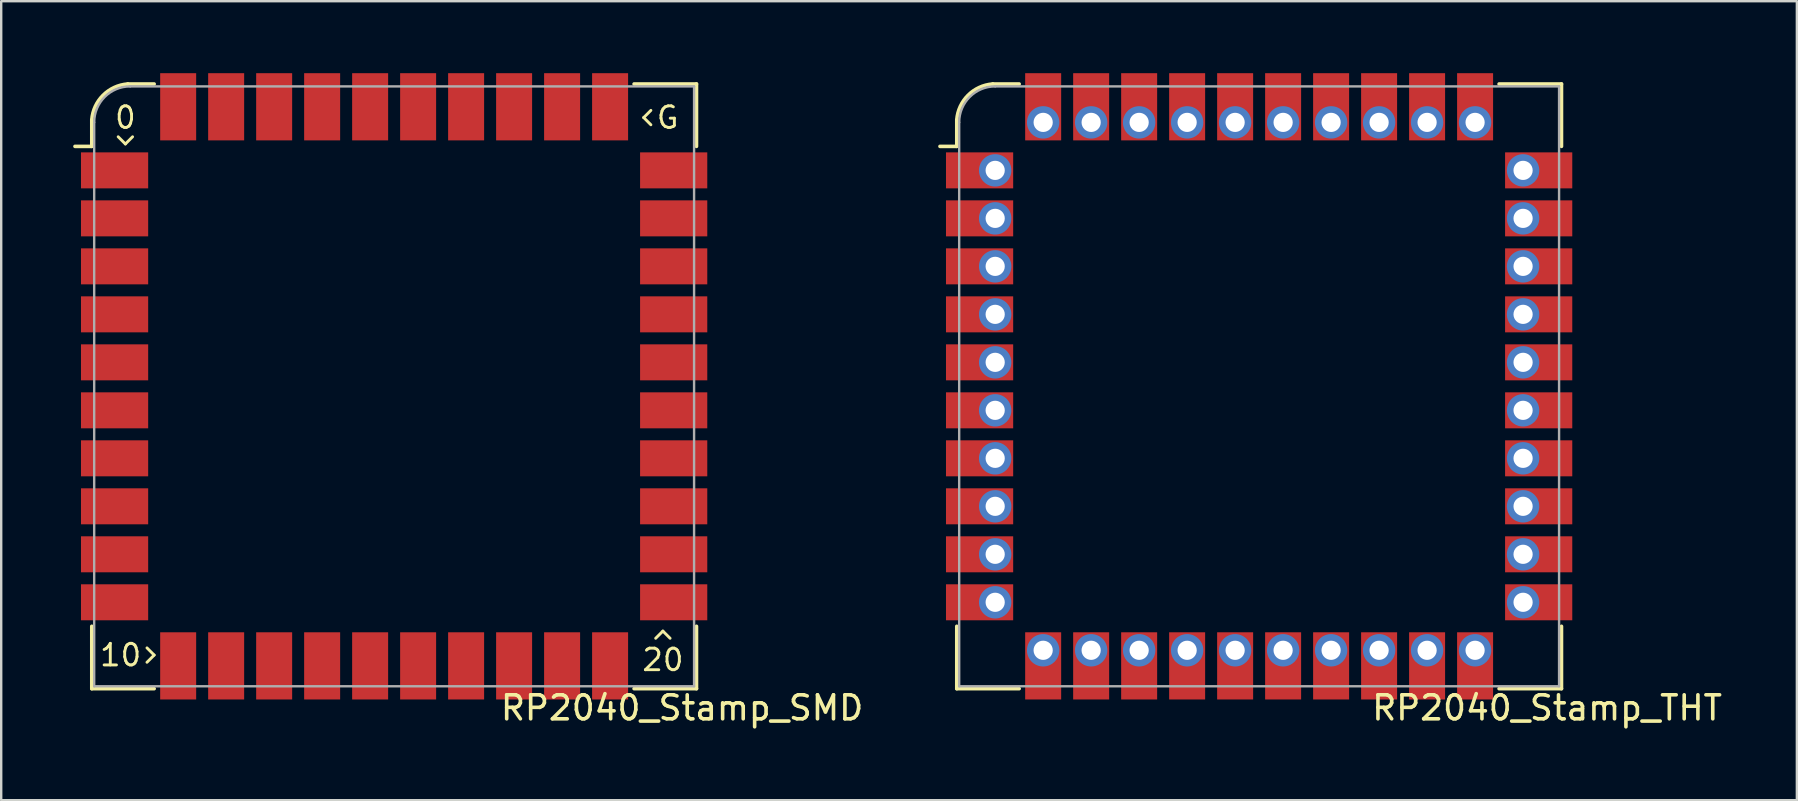
<source format=kicad_pcb>
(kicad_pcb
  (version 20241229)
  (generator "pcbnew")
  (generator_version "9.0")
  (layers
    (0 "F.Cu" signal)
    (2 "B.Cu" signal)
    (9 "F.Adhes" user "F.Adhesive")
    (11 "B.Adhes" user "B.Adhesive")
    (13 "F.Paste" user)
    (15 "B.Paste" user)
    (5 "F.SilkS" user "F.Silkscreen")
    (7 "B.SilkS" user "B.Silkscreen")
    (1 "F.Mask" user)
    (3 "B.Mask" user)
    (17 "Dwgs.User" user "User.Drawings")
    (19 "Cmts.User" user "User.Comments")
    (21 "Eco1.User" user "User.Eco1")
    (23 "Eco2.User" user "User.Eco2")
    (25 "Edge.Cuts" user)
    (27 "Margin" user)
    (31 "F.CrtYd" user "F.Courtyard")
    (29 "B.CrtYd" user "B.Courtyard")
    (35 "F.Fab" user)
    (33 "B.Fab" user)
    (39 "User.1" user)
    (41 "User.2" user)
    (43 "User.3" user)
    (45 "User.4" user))
  (footprint "RP2040_Stamp_SMD"
    (layer "F.Cu")
    (at 13.375 13.05)
    (property "Reference" "RP2040_Stamp_SMD" (at 12 13.4 0) (unlocked yes) (layer "F.SilkS") (effects (font (size 1 1) (thickness 0.15))))
    (attr through_hole)
    (fp_line (start -12.6 -10) (end -13.3 -10) (stroke (width 0.15) (type solid)) (layer "F.SilkS"))
    (fp_line (start -12.6 -10) (end -12.6 -11.1) (stroke (width 0.15) (type solid)) (layer "F.SilkS"))
    (fp_line (start -12.6 12.6) (end -12.6 10) (stroke (width 0.15) (type solid)) (layer "F.SilkS"))
    (fp_line (start -11.2 -10.1) (end -11.5 -10.4) (stroke (width 0.12) (type solid)) (layer "F.SilkS"))
    (fp_line (start -11.2 -10.1) (end -10.9 -10.4) (stroke (width 0.12) (type solid)) (layer "F.SilkS"))
    (fp_line (start -11.1 -12.6) (end -10 -12.6) (stroke (width 0.15) (type solid)) (layer "F.SilkS"))
    (fp_line (start -10.3 10.9) (end -10 11.2) (stroke (width 0.12) (type solid)) (layer "F.SilkS"))
    (fp_line (start -10.3 11.5) (end -10 11.2) (stroke (width 0.12) (type solid)) (layer "F.SilkS"))
    (fp_line (start -10 12.6) (end -12.6 12.6) (stroke (width 0.15) (type solid)) (layer "F.SilkS"))
    (fp_line (start 10 -12.6) (end 12.6 -12.6) (stroke (width 0.15) (type solid)) (layer "F.SilkS"))
    (fp_line (start 10.4 -11.2) (end 10.7 -11.5) (stroke (width 0.12) (type solid)) (layer "F.SilkS"))
    (fp_line (start 10.4 -11.2) (end 10.7 -10.9) (stroke (width 0.12) (type solid)) (layer "F.SilkS"))
    (fp_line (start 10.9 10.5) (end 11.2 10.2) (stroke (width 0.12) (type solid)) (layer "F.SilkS"))
    (fp_line (start 11.5 10.5) (end 11.2 10.2) (stroke (width 0.12) (type solid)) (layer "F.SilkS"))
    (fp_line (start 12.6 -12.6) (end 12.6 -10) (stroke (width 0.15) (type solid)) (layer "F.SilkS"))
    (fp_line (start 12.6 10) (end 12.6 12.6) (stroke (width 0.15) (type solid)) (layer "F.SilkS"))
    (fp_line (start 12.6 12.6) (end 10 12.6) (stroke (width 0.15) (type solid)) (layer "F.SilkS"))
    (fp_arc (start -12.6 -11.1) (mid -12.129432 -12.129432) (end -11.1 -12.6) (stroke (width 0.15) (type solid)) (layer "F.SilkS"))
    (fp_line (start -12.5 12.5) (end -12.5 -11) (stroke (width 0.1) (type solid)) (layer "F.Fab"))
    (fp_line (start -11 -12.5) (end 12.5 -12.5) (stroke (width 0.1) (type solid)) (layer "F.Fab"))
    (fp_line (start 12.5 -12.5) (end 12.5 12.5) (stroke (width 0.1) (type solid)) (layer "F.Fab"))
    (fp_line (start 12.5 12.5) (end -12.5 12.5) (stroke (width 0.1) (type solid)) (layer "F.Fab"))
    (fp_arc (start -12.500003 -11.000003) (mid -12.060661 -12.060662) (end -11 -12.5) (stroke (width 0.1) (type solid)) (layer "F.Fab"))
    (fp_text user "10" (at -11.4 11.2 0) (layer "F.SilkS") (effects (font (size 0.9 0.9) (thickness 0.12))))
    (fp_text user "20" (at 11.2 11.4 0) (layer "F.SilkS") (effects (font (size 0.9 0.9) (thickness 0.12))))
    (fp_text user "0" (at -11.2 -11.2 0) (layer "F.SilkS") (effects (font (size 0.9 0.9) (thickness 0.12))))
    (fp_text user "G" (at 11.4 -11.2 0) (layer "F.SilkS") (effects (font (size 0.9 0.9) (thickness 0.12))))
    (pad "1" smd rect (at -11.65 -9) (size 2.8 1.5) (layers "F.Cu" "F.Mask" "F.Paste"))
    (pad "2" smd rect (at -11.65 -7) (size 2.8 1.5) (layers "F.Cu" "F.Mask" "F.Paste"))
    (pad "3" smd rect (at -11.65 -5) (size 2.8 1.5) (layers "F.Cu" "F.Mask" "F.Paste"))
    (pad "4" smd rect (at -11.65 -3) (size 2.8 1.5) (layers "F.Cu" "F.Mask" "F.Paste"))
    (pad "5" smd rect (at -11.65 -1) (size 2.8 1.5) (layers "F.Cu" "F.Mask" "F.Paste"))
    (pad "6" smd rect (at -11.65 1) (size 2.8 1.5) (layers "F.Cu" "F.Mask" "F.Paste"))
    (pad "7" smd rect (at -11.65 3) (size 2.8 1.5) (layers "F.Cu" "F.Mask" "F.Paste"))
    (pad "8" smd rect (at -11.65 5) (size 2.8 1.5) (layers "F.Cu" "F.Mask" "F.Paste"))
    (pad "9" smd rect (at -11.65 7) (size 2.8 1.5) (layers "F.Cu" "F.Mask" "F.Paste"))
    (pad "10" smd rect (at -11.65 9) (size 2.8 1.5) (layers "F.Cu" "F.Mask" "F.Paste"))
    (pad "11" smd rect (at -9 11.65 270) (size 2.8 1.5) (layers "F.Cu" "F.Mask" "F.Paste"))
    (pad "12" smd rect (at -7 11.65 270) (size 2.8 1.5) (layers "F.Cu" "F.Mask" "F.Paste"))
    (pad "13" smd rect (at -5 11.65 270) (size 2.8 1.5) (layers "F.Cu" "F.Mask" "F.Paste"))
    (pad "14" smd rect (at -3 11.65 270) (size 2.8 1.5) (layers "F.Cu" "F.Mask" "F.Paste"))
    (pad "15" smd rect (at -1 11.65 270) (size 2.8 1.5) (layers "F.Cu" "F.Mask" "F.Paste"))
    (pad "16" smd rect (at 1 11.65 270) (size 2.8 1.5) (layers "F.Cu" "F.Mask" "F.Paste"))
    (pad "17" smd rect (at 3 11.65 270) (size 2.8 1.5) (layers "F.Cu" "F.Mask" "F.Paste"))
    (pad "18" smd rect (at 5 11.65 270) (size 2.8 1.5) (layers "F.Cu" "F.Mask" "F.Paste"))
    (pad "19" smd rect (at 7 11.65 270) (size 2.8 1.5) (layers "F.Cu" "F.Mask" "F.Paste"))
    (pad "20" smd rect (at 9 11.65 270) (size 2.8 1.5) (layers "F.Cu" "F.Mask" "F.Paste"))
    (pad "21" smd rect (at 11.65 9) (size 2.8 1.5) (layers "F.Cu" "F.Mask" "F.Paste"))
    (pad "22" smd rect (at 11.65 7) (size 2.8 1.5) (layers "F.Cu" "F.Mask" "F.Paste"))
    (pad "23" smd rect (at 11.65 5) (size 2.8 1.5) (layers "F.Cu" "F.Mask" "F.Paste"))
    (pad "24" smd rect (at 11.65 3) (size 2.8 1.5) (layers "F.Cu" "F.Mask" "F.Paste"))
    (pad "25" smd rect (at 11.65 1) (size 2.8 1.5) (layers "F.Cu" "F.Mask" "F.Paste"))
    (pad "26" smd rect (at 11.65 -1) (size 2.8 1.5) (layers "F.Cu" "F.Mask" "F.Paste"))
    (pad "27" smd rect (at 11.65 -3) (size 2.8 1.5) (layers "F.Cu" "F.Mask" "F.Paste"))
    (pad "28" smd rect (at 11.65 -5) (size 2.8 1.5) (layers "F.Cu" "F.Mask" "F.Paste"))
    (pad "29" smd rect (at 11.65 -7) (size 2.8 1.5) (layers "F.Cu" "F.Mask" "F.Paste"))
    (pad "30" smd rect (at 11.65 -9) (size 2.8 1.5) (layers "F.Cu" "F.Mask" "F.Paste"))
    (pad "31" smd rect (at 9 -11.65 270) (size 2.8 1.5) (layers "F.Cu" "F.Mask" "F.Paste"))
    (pad "32" smd rect (at 7 -11.65 270) (size 2.8 1.5) (layers "F.Cu" "F.Mask" "F.Paste"))
    (pad "33" smd rect (at 5 -11.65 270) (size 2.8 1.5) (layers "F.Cu" "F.Mask" "F.Paste"))
    (pad "34" smd rect (at 3 -11.65 270) (size 2.8 1.5) (layers "F.Cu" "F.Mask" "F.Paste"))
    (pad "35" smd rect (at 1 -11.65 270) (size 2.8 1.5) (layers "F.Cu" "F.Mask" "F.Paste"))
    (pad "36" smd rect (at -1 -11.65 270) (size 2.8 1.5) (layers "F.Cu" "F.Mask" "F.Paste"))
    (pad "37" smd rect (at -3 -11.65 270) (size 2.8 1.5) (layers "F.Cu" "F.Mask" "F.Paste"))
    (pad "38" smd rect (at -5 -11.65 270) (size 2.8 1.5) (layers "F.Cu" "F.Mask" "F.Paste"))
    (pad "39" smd rect (at -7 -11.65 270) (size 2.8 1.5) (layers "F.Cu" "F.Mask" "F.Paste"))
    (pad "40" smd rect (at -9 -11.65 270) (size 2.8 1.5) (layers "F.Cu" "F.Mask" "F.Paste")))
  (footprint "RP2040_Stamp_THT"
    (layer "F.Cu")
    (at 49.423 13.05)
    (property "Reference" "RP2040_Stamp_THT" (at 12 13.4 0) (unlocked yes) (layer "F.SilkS") (effects (font (size 1 1) (thickness 0.15))))
    (attr through_hole)
    (fp_line (start -12.6 -10) (end -13.3 -10) (stroke (width 0.15) (type solid)) (layer "F.SilkS"))
    (fp_line (start -12.6 -10) (end -12.6 -11.1) (stroke (width 0.15) (type solid)) (layer "F.SilkS"))
    (fp_line (start -12.6 12.6) (end -12.6 10) (stroke (width 0.15) (type solid)) (layer "F.SilkS"))
    (fp_line (start -11.1 -12.6) (end -10 -12.6) (stroke (width 0.15) (type solid)) (layer "F.SilkS"))
    (fp_line (start -10 12.6) (end -12.6 12.6) (stroke (width 0.15) (type solid)) (layer "F.SilkS"))
    (fp_line (start 10 -12.6) (end 12.6 -12.6) (stroke (width 0.15) (type solid)) (layer "F.SilkS"))
    (fp_line (start 12.6 -12.6) (end 12.6 -10) (stroke (width 0.15) (type solid)) (layer "F.SilkS"))
    (fp_line (start 12.6 10) (end 12.6 12.6) (stroke (width 0.15) (type solid)) (layer "F.SilkS"))
    (fp_line (start 12.6 12.6) (end 10 12.6) (stroke (width 0.15) (type solid)) (layer "F.SilkS"))
    (fp_arc (start -12.6 -11.1) (mid -12.129432 -12.129432) (end -11.1 -12.6) (stroke (width 0.15) (type solid)) (layer "F.SilkS"))
    (fp_line (start -12.5 12.5) (end -12.5 -11) (stroke (width 0.1) (type solid)) (layer "F.Fab"))
    (fp_line (start -11 -12.5) (end 12.5 -12.5) (stroke (width 0.1) (type solid)) (layer "F.Fab"))
    (fp_line (start 12.5 -12.5) (end 12.5 12.5) (stroke (width 0.1) (type solid)) (layer "F.Fab"))
    (fp_line (start 12.5 12.5) (end -12.5 12.5) (stroke (width 0.1) (type solid)) (layer "F.Fab"))
    (fp_arc (start -12.500003 -11.000003) (mid -12.060661 -12.060662) (end -11 -12.5) (stroke (width 0.1) (type solid)) (layer "F.Fab"))
    (pad "1" smd rect (at -11.65 -9) (size 2.8 1.5) (layers "F.Cu" "F.Mask" "F.Paste"))
    (pad "1" thru_hole circle (at -11 -9) (size 1.35 1.35) (drill 0.8) (layers "*.Cu" "*.Mask"))
    (pad "2" smd rect (at -11.65 -7) (size 2.8 1.5) (layers "F.Cu" "F.Mask" "F.Paste"))
    (pad "2" thru_hole oval (at -11 -7) (size 1.35 1.35) (drill 0.8) (layers "*.Cu" "*.Mask"))
    (pad "3" smd rect (at -11.65 -5) (size 2.8 1.5) (layers "F.Cu" "F.Mask" "F.Paste"))
    (pad "3" thru_hole oval (at -11 -5) (size 1.35 1.35) (drill 0.8) (layers "*.Cu" "*.Mask"))
    (pad "4" smd rect (at -11.65 -3) (size 2.8 1.5) (layers "F.Cu" "F.Mask" "F.Paste"))
    (pad "4" thru_hole oval (at -11 -3) (size 1.35 1.35) (drill 0.8) (layers "*.Cu" "*.Mask"))
    (pad "5" smd rect (at -11.65 -1) (size 2.8 1.5) (layers "F.Cu" "F.Mask" "F.Paste"))
    (pad "5" thru_hole oval (at -11 -1) (size 1.35 1.35) (drill 0.8) (layers "*.Cu" "*.Mask"))
    (pad "6" smd rect (at -11.65 1) (size 2.8 1.5) (layers "F.Cu" "F.Mask" "F.Paste"))
    (pad "6" thru_hole oval (at -11 1) (size 1.35 1.35) (drill 0.8) (layers "*.Cu" "*.Mask"))
    (pad "7" smd rect (at -11.65 3) (size 2.8 1.5) (layers "F.Cu" "F.Mask" "F.Paste"))
    (pad "7" thru_hole oval (at -11 3) (size 1.35 1.35) (drill 0.8) (layers "*.Cu" "*.Mask"))
    (pad "8" smd rect (at -11.65 5) (size 2.8 1.5) (layers "F.Cu" "F.Mask" "F.Paste"))
    (pad "8" thru_hole oval (at -11 5) (size 1.35 1.35) (drill 0.8) (layers "*.Cu" "*.Mask"))
    (pad "9" smd rect (at -11.65 7) (size 2.8 1.5) (layers "F.Cu" "F.Mask" "F.Paste"))
    (pad "9" thru_hole oval (at -11 7) (size 1.35 1.35) (drill 0.8) (layers "*.Cu" "*.Mask"))
    (pad "10" smd rect (at -11.65 9) (size 2.8 1.5) (layers "F.Cu" "F.Mask" "F.Paste"))
    (pad "10" thru_hole oval (at -11 9) (size 1.35 1.35) (drill 0.8) (layers "*.Cu" "*.Mask"))
    (pad "11" thru_hole oval (at -9 11) (size 1.35 1.35) (drill 0.8) (layers "*.Cu" "*.Mask"))
    (pad "11" smd rect (at -9 11.65 270) (size 2.8 1.5) (layers "F.Cu" "F.Mask" "F.Paste"))
    (pad "12" thru_hole oval (at -7 11) (size 1.35 1.35) (drill 0.8) (layers "*.Cu" "*.Mask"))
    (pad "12" smd rect (at -7 11.65 270) (size 2.8 1.5) (layers "F.Cu" "F.Mask" "F.Paste"))
    (pad "13" thru_hole oval (at -5 11) (size 1.35 1.35) (drill 0.8) (layers "*.Cu" "*.Mask"))
    (pad "13" smd rect (at -5 11.65 270) (size 2.8 1.5) (layers "F.Cu" "F.Mask" "F.Paste"))
    (pad "14" thru_hole oval (at -3 11) (size 1.35 1.35) (drill 0.8) (layers "*.Cu" "*.Mask"))
    (pad "14" smd rect (at -3 11.65 270) (size 2.8 1.5) (layers "F.Cu" "F.Mask" "F.Paste"))
    (pad "15" thru_hole oval (at -1 11) (size 1.35 1.35) (drill 0.8) (layers "*.Cu" "*.Mask"))
    (pad "15" smd rect (at -1 11.65 270) (size 2.8 1.5) (layers "F.Cu" "F.Mask" "F.Paste"))
    (pad "16" thru_hole oval (at 1 11) (size 1.35 1.35) (drill 0.8) (layers "*.Cu" "*.Mask"))
    (pad "16" smd rect (at 1 11.65 270) (size 2.8 1.5) (layers "F.Cu" "F.Mask" "F.Paste"))
    (pad "17" thru_hole oval (at 3 11) (size 1.35 1.35) (drill 0.8) (layers "*.Cu" "*.Mask"))
    (pad "17" smd rect (at 3 11.65 270) (size 2.8 1.5) (layers "F.Cu" "F.Mask" "F.Paste"))
    (pad "18" thru_hole oval (at 5 11) (size 1.35 1.35) (drill 0.8) (layers "*.Cu" "*.Mask"))
    (pad "18" smd rect (at 5 11.65 270) (size 2.8 1.5) (layers "F.Cu" "F.Mask" "F.Paste"))
    (pad "19" thru_hole oval (at 7 11) (size 1.35 1.35) (drill 0.8) (layers "*.Cu" "*.Mask"))
    (pad "19" smd rect (at 7 11.65 270) (size 2.8 1.5) (layers "F.Cu" "F.Mask" "F.Paste"))
    (pad "20" thru_hole oval (at 9 11) (size 1.35 1.35) (drill 0.8) (layers "*.Cu" "*.Mask"))
    (pad "20" smd rect (at 9 11.65 270) (size 2.8 1.5) (layers "F.Cu" "F.Mask" "F.Paste"))
    (pad "21" thru_hole oval (at 11 9) (size 1.35 1.35) (drill 0.8) (layers "*.Cu" "*.Mask"))
    (pad "21" smd rect (at 11.65 9) (size 2.8 1.5) (layers "F.Cu" "F.Mask" "F.Paste"))
    (pad "22" thru_hole oval (at 11 7) (size 1.35 1.35) (drill 0.8) (layers "*.Cu" "*.Mask"))
    (pad "22" smd rect (at 11.65 7) (size 2.8 1.5) (layers "F.Cu" "F.Mask" "F.Paste"))
    (pad "23" thru_hole oval (at 11 5) (size 1.35 1.35) (drill 0.8) (layers "*.Cu" "*.Mask"))
    (pad "23" smd rect (at 11.65 5) (size 2.8 1.5) (layers "F.Cu" "F.Mask" "F.Paste"))
    (pad "24" thru_hole oval (at 11 3) (size 1.35 1.35) (drill 0.8) (layers "*.Cu" "*.Mask"))
    (pad "24" smd rect (at 11.65 3) (size 2.8 1.5) (layers "F.Cu" "F.Mask" "F.Paste"))
    (pad "25" thru_hole oval (at 11 1) (size 1.35 1.35) (drill 0.8) (layers "*.Cu" "*.Mask"))
    (pad "25" smd rect (at 11.65 1) (size 2.8 1.5) (layers "F.Cu" "F.Mask" "F.Paste"))
    (pad "26" thru_hole oval (at 11 -1) (size 1.35 1.35) (drill 0.8) (layers "*.Cu" "*.Mask"))
    (pad "26" smd rect (at 11.65 -1) (size 2.8 1.5) (layers "F.Cu" "F.Mask" "F.Paste"))
    (pad "27" thru_hole oval (at 11 -3) (size 1.35 1.35) (drill 0.8) (layers "*.Cu" "*.Mask"))
    (pad "27" smd rect (at 11.65 -3) (size 2.8 1.5) (layers "F.Cu" "F.Mask" "F.Paste"))
    (pad "28" thru_hole oval (at 11 -5) (size 1.35 1.35) (drill 0.8) (layers "*.Cu" "*.Mask"))
    (pad "28" smd rect (at 11.65 -5) (size 2.8 1.5) (layers "F.Cu" "F.Mask" "F.Paste"))
    (pad "29" thru_hole oval (at 11 -7) (size 1.35 1.35) (drill 0.8) (layers "*.Cu" "*.Mask"))
    (pad "29" smd rect (at 11.65 -7) (size 2.8 1.5) (layers "F.Cu" "F.Mask" "F.Paste"))
    (pad "30" thru_hole oval (at 11 -9) (size 1.35 1.35) (drill 0.8) (layers "*.Cu" "*.Mask"))
    (pad "30" smd rect (at 11.65 -9) (size 2.8 1.5) (layers "F.Cu" "F.Mask" "F.Paste"))
    (pad "31" smd rect (at 9 -11.65 270) (size 2.8 1.5) (layers "F.Cu" "F.Mask" "F.Paste"))
    (pad "31" thru_hole oval (at 9 -11) (size 1.35 1.35) (drill 0.8) (layers "*.Cu" "*.Mask"))
    (pad "32" smd rect (at 7 -11.65 270) (size 2.8 1.5) (layers "F.Cu" "F.Mask" "F.Paste"))
    (pad "32" thru_hole oval (at 7 -11) (size 1.35 1.35) (drill 0.8) (layers "*.Cu" "*.Mask"))
    (pad "33" smd rect (at 5 -11.65 270) (size 2.8 1.5) (layers "F.Cu" "F.Mask" "F.Paste"))
    (pad "33" thru_hole oval (at 5 -11) (size 1.35 1.35) (drill 0.8) (layers "*.Cu" "*.Mask"))
    (pad "34" smd rect (at 3 -11.65 270) (size 2.8 1.5) (layers "F.Cu" "F.Mask" "F.Paste"))
    (pad "34" thru_hole oval (at 3 -11) (size 1.35 1.35) (drill 0.8) (layers "*.Cu" "*.Mask"))
    (pad "35" smd rect (at 1 -11.65 270) (size 2.8 1.5) (layers "F.Cu" "F.Mask" "F.Paste"))
    (pad "35" thru_hole oval (at 1 -11) (size 1.35 1.35) (drill 0.8) (layers "*.Cu" "*.Mask"))
    (pad "36" smd rect (at -1 -11.65 270) (size 2.8 1.5) (layers "F.Cu" "F.Mask" "F.Paste"))
    (pad "36" thru_hole oval (at -1 -11) (size 1.35 1.35) (drill 0.8) (layers "*.Cu" "*.Mask"))
    (pad "37" smd rect (at -3 -11.65 270) (size 2.8 1.5) (layers "F.Cu" "F.Mask" "F.Paste"))
    (pad "37" thru_hole oval (at -3 -11) (size 1.35 1.35) (drill 0.8) (layers "*.Cu" "*.Mask"))
    (pad "38" smd rect (at -5 -11.65 270) (size 2.8 1.5) (layers "F.Cu" "F.Mask" "F.Paste"))
    (pad "38" thru_hole oval (at -5 -11) (size 1.35 1.35) (drill 0.8) (layers "*.Cu" "*.Mask"))
    (pad "39" smd rect (at -7 -11.65 270) (size 2.8 1.5) (layers "F.Cu" "F.Mask" "F.Paste"))
    (pad "39" thru_hole oval (at -7 -11) (size 1.35 1.35) (drill 0.8) (layers "*.Cu" "*.Mask"))
    (pad "40" smd rect (at -9 -11.65 270) (size 2.8 1.5) (layers "F.Cu" "F.Mask" "F.Paste"))
    (pad "40" thru_hole oval (at -9 -11) (size 1.35 1.35) (drill 0.8) (layers "*.Cu" "*.Mask")))
  (gr_rect
    (start -3 -3)
    (end 71.833 30.298)
    (stroke (width 0.1) (type default))
    (fill no)
    (layer "Edge.Cuts")))
</source>
